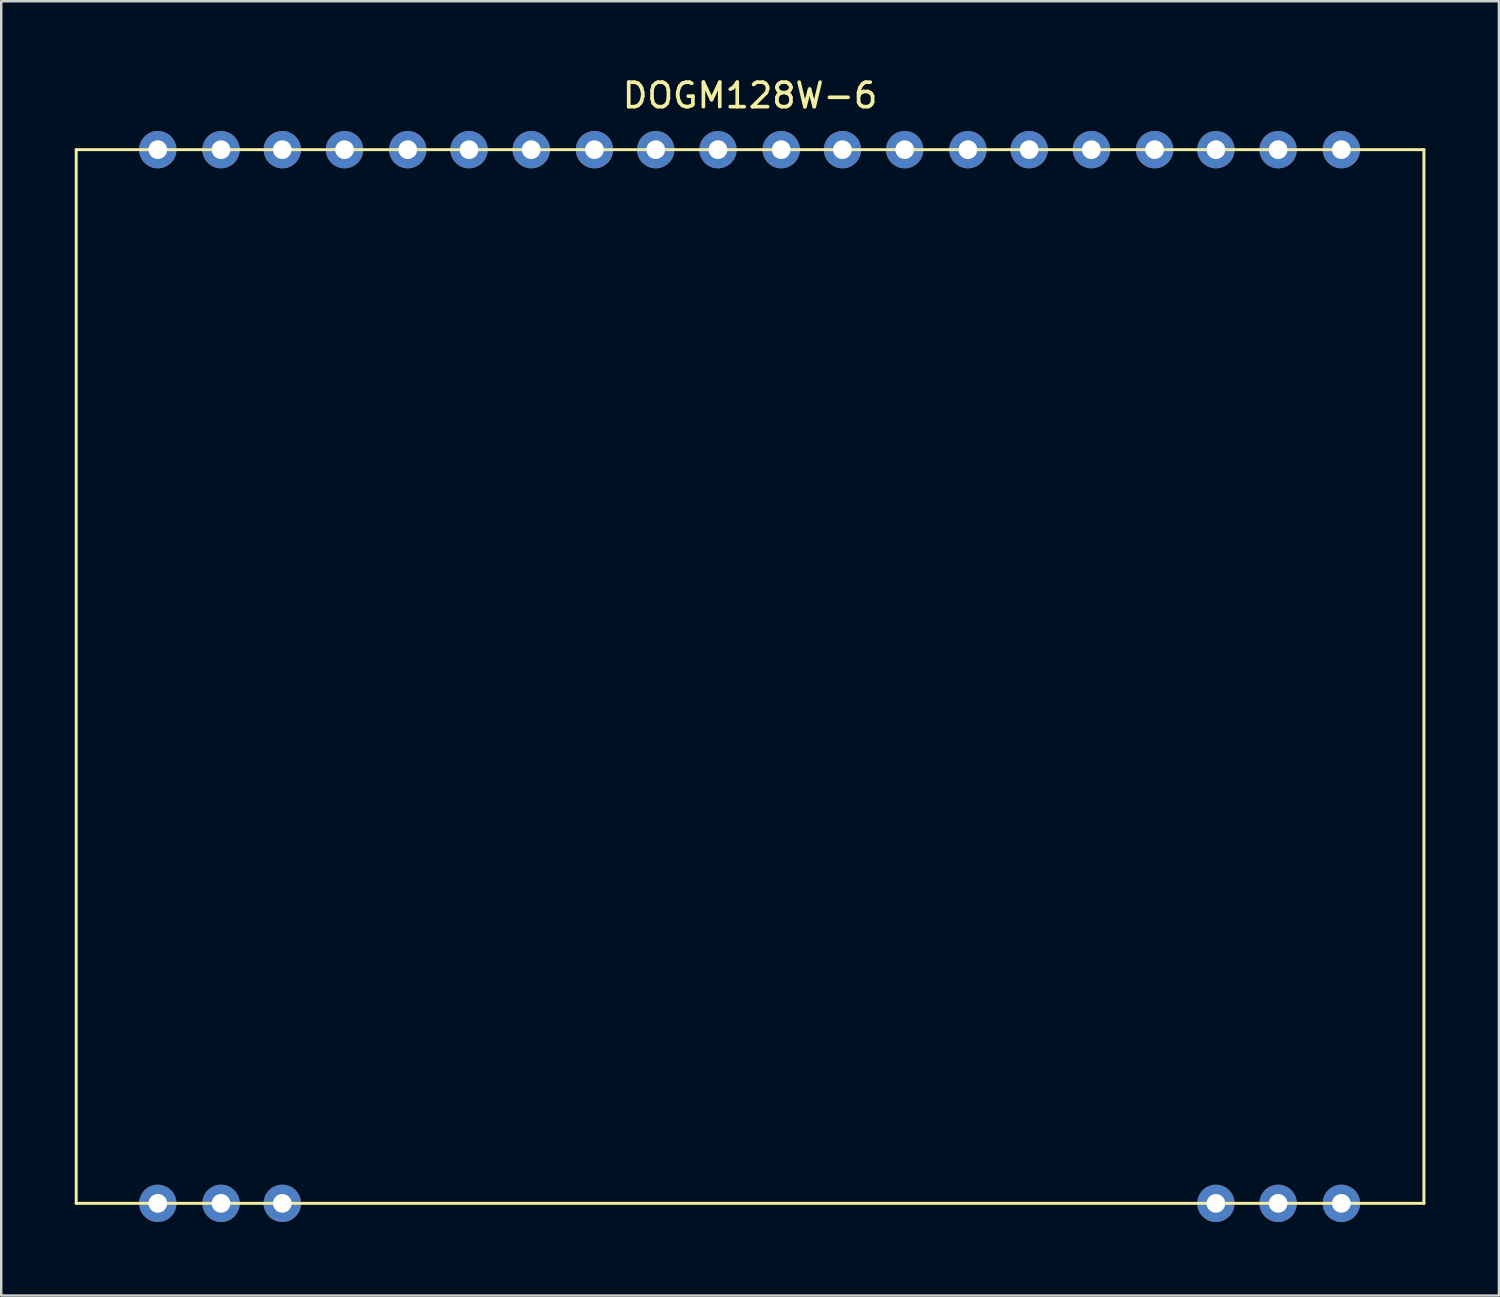
<source format=kicad_pcb>
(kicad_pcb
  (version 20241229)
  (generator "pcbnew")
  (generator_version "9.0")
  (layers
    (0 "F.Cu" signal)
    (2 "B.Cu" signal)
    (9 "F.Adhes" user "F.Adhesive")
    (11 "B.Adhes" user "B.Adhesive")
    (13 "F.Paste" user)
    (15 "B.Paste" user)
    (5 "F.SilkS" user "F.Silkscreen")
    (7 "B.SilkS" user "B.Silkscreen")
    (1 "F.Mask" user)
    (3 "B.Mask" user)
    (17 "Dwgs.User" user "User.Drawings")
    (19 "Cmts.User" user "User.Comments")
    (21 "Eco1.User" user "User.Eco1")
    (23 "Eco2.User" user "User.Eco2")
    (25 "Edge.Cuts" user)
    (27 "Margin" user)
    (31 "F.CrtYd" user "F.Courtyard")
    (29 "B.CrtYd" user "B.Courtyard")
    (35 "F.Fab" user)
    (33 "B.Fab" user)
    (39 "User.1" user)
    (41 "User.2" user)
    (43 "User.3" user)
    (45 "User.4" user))
  (footprint "DOGM128W-6"
    (layer "F.Cu")
    (at 27.56 29.058)
    (property "Reference" "DOGM128W-6" (at 0 -28.21 0) (layer "F.SilkS") (effects (font (size 1 1) (thickness 0.15))))
    (attr through_hole)
    (fp_line (start -27.5 -26) (end 27.5 -26) (stroke (width 0.12) (type solid)) (layer "F.SilkS"))
    (fp_line (start -27.5 17) (end -27.5 -26) (stroke (width 0.12) (type solid)) (layer "F.SilkS"))
    (fp_line (start 27.5 -26) (end 27.5 17) (stroke (width 0.12) (type solid)) (layer "F.SilkS"))
    (fp_line (start 27.5 17) (end -27.5 17) (stroke (width 0.12) (type solid)) (layer "F.SilkS"))
    (pad "1" thru_hole circle (at -24.17 17) (size 1.524 1.524) (drill 0.762) (layers "*.Cu" "*.Mask"))
    (pad "2" thru_hole circle (at -21.59 17) (size 1.524 1.524) (drill 0.762) (layers "*.Cu" "*.Mask"))
    (pad "3" thru_hole circle (at -19.09 17) (size 1.524 1.524) (drill 0.762) (layers "*.Cu" "*.Mask"))
    (pad "18" thru_hole circle (at 19.01 17) (size 1.524 1.524) (drill 0.762) (layers "*.Cu" "*.Mask"))
    (pad "19" thru_hole circle (at 21.55 17) (size 1.524 1.524) (drill 0.762) (layers "*.Cu" "*.Mask"))
    (pad "20" thru_hole circle (at 24.13 17) (size 1.524 1.524) (drill 0.762) (layers "*.Cu" "*.Mask"))
    (pad "21" thru_hole circle (at 24.13 -26) (size 1.524 1.524) (drill 0.762) (layers "*.Cu" "*.Mask"))
    (pad "22" thru_hole circle (at 21.55 -26) (size 1.524 1.524) (drill 0.762) (layers "*.Cu" "*.Mask"))
    (pad "23" thru_hole circle (at 19.01 -26) (size 1.524 1.524) (drill 0.762) (layers "*.Cu" "*.Mask"))
    (pad "24" thru_hole circle (at 16.51 -26) (size 1.524 1.524) (drill 0.762) (layers "*.Cu" "*.Mask"))
    (pad "25" thru_hole circle (at 13.93 -26) (size 1.524 1.524) (drill 0.762) (layers "*.Cu" "*.Mask"))
    (pad "26" thru_hole circle (at 11.39 -26) (size 1.524 1.524) (drill 0.762) (layers "*.Cu" "*.Mask"))
    (pad "27" thru_hole circle (at 8.89 -26) (size 1.524 1.524) (drill 0.762) (layers "*.Cu" "*.Mask"))
    (pad "28" thru_hole circle (at 6.31 -26) (size 1.524 1.524) (drill 0.762) (layers "*.Cu" "*.Mask"))
    (pad "29" thru_hole circle (at 3.77 -26) (size 1.524 1.524) (drill 0.762) (layers "*.Cu" "*.Mask"))
    (pad "30" thru_hole circle (at 1.27 -26) (size 1.524 1.524) (drill 0.762) (layers "*.Cu" "*.Mask"))
    (pad "31" thru_hole circle (at -1.31 -26) (size 1.524 1.524) (drill 0.762) (layers "*.Cu" "*.Mask"))
    (pad "32" thru_hole circle (at -3.85 -26) (size 1.524 1.524) (drill 0.762) (layers "*.Cu" "*.Mask"))
    (pad "33" thru_hole circle (at -6.35 -26) (size 1.524 1.524) (drill 0.762) (layers "*.Cu" "*.Mask"))
    (pad "34" thru_hole circle (at -8.93 -26) (size 1.524 1.524) (drill 0.762) (layers "*.Cu" "*.Mask"))
    (pad "35" thru_hole circle (at -11.47 -26) (size 1.524 1.524) (drill 0.762) (layers "*.Cu" "*.Mask"))
    (pad "36" thru_hole circle (at -13.97 -26) (size 1.524 1.524) (drill 0.762) (layers "*.Cu" "*.Mask"))
    (pad "37" thru_hole circle (at -16.55 -26) (size 1.524 1.524) (drill 0.762) (layers "*.Cu" "*.Mask"))
    (pad "38" thru_hole circle (at -19.09 -26) (size 1.524 1.524) (drill 0.762) (layers "*.Cu" "*.Mask"))
    (pad "39" thru_hole circle (at -21.59 -26) (size 1.524 1.524) (drill 0.762) (layers "*.Cu" "*.Mask"))
    (pad "40" thru_hole circle (at -24.17 -26) (size 1.524 1.524) (drill 0.762) (layers "*.Cu" "*.Mask")))
  (gr_rect
    (start -3 -3)
    (end 58.12 49.82)
    (stroke (width 0.1) (type default))
    (fill no)
    (layer "Edge.Cuts")))
</source>
